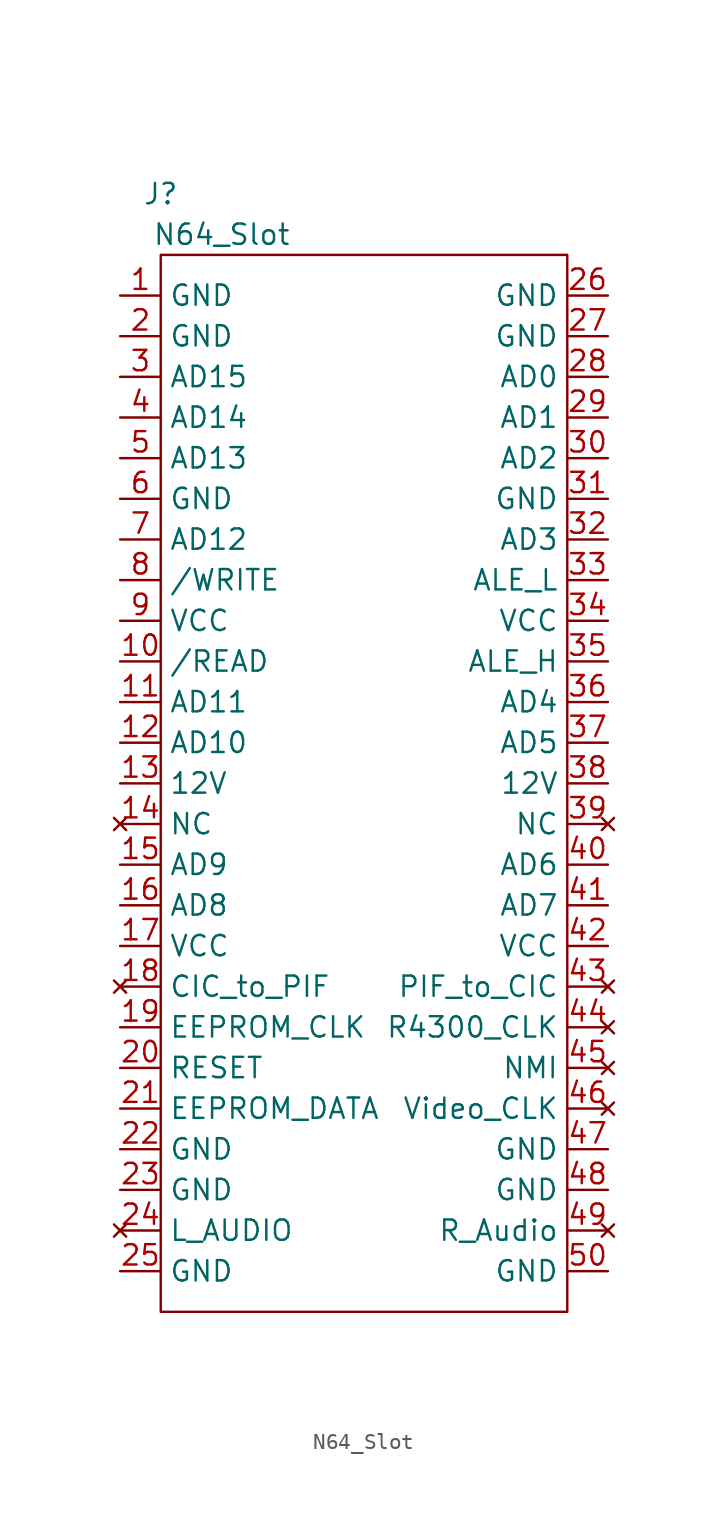
<source format=kicad_sym>
(kicad_symbol_lib
  (version 20211014)
  (generator kicad_symbol_editor)
  (symbol "!OSCR:N64_Slot"
    (property "Reference" "J"
      (at -10.16 35.56 0)
      (effects (font (size 1.27 1.27))))
    (property "Value" "N64_Slot"
      (at -6.35 33.02 0)
      (effects (font (size 1.27 1.27))))
    (symbol "N64_Slot_0_1"
      (rectangle (start -10.16 31.75) (end 15.24 -34.29) (stroke (width 0.152) (type default) (color 0 0 0 0)) (fill (type none))))
    (symbol "N64_Slot_1_1"
      (pin power_in line (at -12.7 29.21 0) (length 2.54) (name "GND" (effects (font (size 1.27 1.27)))) (number "1" (effects (font (size 1.27 1.27)))))
      (pin input line (at -12.7 6.35 0) (length 2.54) (name "/READ" (effects (font (size 1.27 1.27)))) (number "10" (effects (font (size 1.27 1.27)))))
      (pin bidirectional line (at -12.7 3.81 0) (length 2.54) (name "AD11" (effects (font (size 1.27 1.27)))) (number "11" (effects (font (size 1.27 1.27)))))
      (pin bidirectional line (at -12.7 1.27 0) (length 2.54) (name "AD10" (effects (font (size 1.27 1.27)))) (number "12" (effects (font (size 1.27 1.27)))))
      (pin power_in line (at -12.7 -1.27 0) (length 2.54) (name "12V" (effects (font (size 1.27 1.27)))) (number "13" (effects (font (size 1.27 1.27)))))
      (pin no_connect line (at -12.7 -3.81 0) (length 2.54) (name "NC" (effects (font (size 1.27 1.27)))) (number "14" (effects (font (size 1.27 1.27)))))
      (pin bidirectional line (at -12.7 -6.35 0) (length 2.54) (name "AD9" (effects (font (size 1.27 1.27)))) (number "15" (effects (font (size 1.27 1.27)))))
      (pin bidirectional line (at -12.7 -8.89 0) (length 2.54) (name "AD8" (effects (font (size 1.27 1.27)))) (number "16" (effects (font (size 1.27 1.27)))))
      (pin power_in line (at -12.7 -11.43 0) (length 2.54) (name "VCC" (effects (font (size 1.27 1.27)))) (number "17" (effects (font (size 1.27 1.27)))))
      (pin no_connect line (at -12.7 -13.97 0) (length 2.54) (name "CIC_to_PIF" (effects (font (size 1.27 1.27)))) (number "18" (effects (font (size 1.27 1.27)))))
      (pin input line (at -12.7 -16.51 0) (length 2.54) (name "EEPROM_CLK" (effects (font (size 1.27 1.27)))) (number "19" (effects (font (size 1.27 1.27)))))
      (pin power_in line (at -12.7 26.67 0) (length 2.54) (name "GND" (effects (font (size 1.27 1.27)))) (number "2" (effects (font (size 1.27 1.27)))))
      (pin input line (at -12.7 -19.05 0) (length 2.54) (name "RESET" (effects (font (size 1.27 1.27)))) (number "20" (effects (font (size 1.27 1.27)))))
      (pin bidirectional line (at -12.7 -21.59 0) (length 2.54) (name "EEPROM_DATA" (effects (font (size 1.27 1.27)))) (number "21" (effects (font (size 1.27 1.27)))))
      (pin power_in line (at -12.7 -24.13 0) (length 2.54) (name "GND" (effects (font (size 1.27 1.27)))) (number "22" (effects (font (size 1.27 1.27)))))
      (pin power_in line (at -12.7 -26.67 0) (length 2.54) (name "GND" (effects (font (size 1.27 1.27)))) (number "23" (effects (font (size 1.27 1.27)))))
      (pin no_connect line (at -12.7 -29.21 0) (length 2.54) (name "L_AUDIO" (effects (font (size 1.27 1.27)))) (number "24" (effects (font (size 1.27 1.27)))))
      (pin power_in line (at -12.7 -31.75 0) (length 2.54) (name "GND" (effects (font (size 1.27 1.27)))) (number "25" (effects (font (size 1.27 1.27)))))
      (pin power_in line (at 17.78 29.21 180) (length 2.54) (name "GND" (effects (font (size 1.27 1.27)))) (number "26" (effects (font (size 1.27 1.27)))))
      (pin power_in line (at 17.78 26.67 180) (length 2.54) (name "GND" (effects (font (size 1.27 1.27)))) (number "27" (effects (font (size 1.27 1.27)))))
      (pin bidirectional line (at 17.78 24.13 180) (length 2.54) (name "AD0" (effects (font (size 1.27 1.27)))) (number "28" (effects (font (size 1.27 1.27)))))
      (pin bidirectional line (at 17.78 21.59 180) (length 2.54) (name "AD1" (effects (font (size 1.27 1.27)))) (number "29" (effects (font (size 1.27 1.27)))))
      (pin bidirectional line (at -12.7 24.13 0) (length 2.54) (name "AD15" (effects (font (size 1.27 1.27)))) (number "3" (effects (font (size 1.27 1.27)))))
      (pin bidirectional line (at 17.78 19.05 180) (length 2.54) (name "AD2" (effects (font (size 1.27 1.27)))) (number "30" (effects (font (size 1.27 1.27)))))
      (pin power_in line (at 17.78 16.51 180) (length 2.54) (name "GND" (effects (font (size 1.27 1.27)))) (number "31" (effects (font (size 1.27 1.27)))))
      (pin bidirectional line (at 17.78 13.97 180) (length 2.54) (name "AD3" (effects (font (size 1.27 1.27)))) (number "32" (effects (font (size 1.27 1.27)))))
      (pin input line (at 17.78 11.43 180) (length 2.54) (name "ALE_L" (effects (font (size 1.27 1.27)))) (number "33" (effects (font (size 1.27 1.27)))))
      (pin power_in line (at 17.78 8.89 180) (length 2.54) (name "VCC" (effects (font (size 1.27 1.27)))) (number "34" (effects (font (size 1.27 1.27)))))
      (pin input line (at 17.78 6.35 180) (length 2.54) (name "ALE_H" (effects (font (size 1.27 1.27)))) (number "35" (effects (font (size 1.27 1.27)))))
      (pin bidirectional line (at 17.78 3.81 180) (length 2.54) (name "AD4" (effects (font (size 1.27 1.27)))) (number "36" (effects (font (size 1.27 1.27)))))
      (pin bidirectional line (at 17.78 1.27 180) (length 2.54) (name "AD5" (effects (font (size 1.27 1.27)))) (number "37" (effects (font (size 1.27 1.27)))))
      (pin power_in line (at 17.78 -1.27 180) (length 2.54) (name "12V" (effects (font (size 1.27 1.27)))) (number "38" (effects (font (size 1.27 1.27)))))
      (pin no_connect line (at 17.78 -3.81 180) (length 2.54) (name "NC" (effects (font (size 1.27 1.27)))) (number "39" (effects (font (size 1.27 1.27)))))
      (pin bidirectional line (at -12.7 21.59 0) (length 2.54) (name "AD14" (effects (font (size 1.27 1.27)))) (number "4" (effects (font (size 1.27 1.27)))))
      (pin bidirectional line (at 17.78 -6.35 180) (length 2.54) (name "AD6" (effects (font (size 1.27 1.27)))) (number "40" (effects (font (size 1.27 1.27)))))
      (pin bidirectional line (at 17.78 -8.89 180) (length 2.54) (name "AD7" (effects (font (size 1.27 1.27)))) (number "41" (effects (font (size 1.27 1.27)))))
      (pin power_in line (at 17.78 -11.43 180) (length 2.54) (name "VCC" (effects (font (size 1.27 1.27)))) (number "42" (effects (font (size 1.27 1.27)))))
      (pin no_connect line (at 17.78 -13.97 180) (length 2.54) (name "PIF_to_CIC" (effects (font (size 1.27 1.27)))) (number "43" (effects (font (size 1.27 1.27)))))
      (pin no_connect line (at 17.78 -16.51 180) (length 2.54) (name "R4300_CLK" (effects (font (size 1.27 1.27)))) (number "44" (effects (font (size 1.27 1.27)))))
      (pin no_connect line (at 17.78 -19.05 180) (length 2.54) (name "NMI" (effects (font (size 1.27 1.27)))) (number "45" (effects (font (size 1.27 1.27)))))
      (pin no_connect line (at 17.78 -21.59 180) (length 2.54) (name "Video_CLK" (effects (font (size 1.27 1.27)))) (number "46" (effects (font (size 1.27 1.27)))))
      (pin power_in line (at 17.78 -24.13 180) (length 2.54) (name "GND" (effects (font (size 1.27 1.27)))) (number "47" (effects (font (size 1.27 1.27)))))
      (pin power_in line (at 17.78 -26.67 180) (length 2.54) (name "GND" (effects (font (size 1.27 1.27)))) (number "48" (effects (font (size 1.27 1.27)))))
      (pin no_connect line (at 17.78 -29.21 180) (length 2.54) (name "R_Audio" (effects (font (size 1.27 1.27)))) (number "49" (effects (font (size 1.27 1.27)))))
      (pin bidirectional line (at -12.7 19.05 0) (length 2.54) (name "AD13" (effects (font (size 1.27 1.27)))) (number "5" (effects (font (size 1.27 1.27)))))
      (pin power_in line (at 17.78 -31.75 180) (length 2.54) (name "GND" (effects (font (size 1.27 1.27)))) (number "50" (effects (font (size 1.27 1.27)))))
      (pin power_in line (at -12.7 16.51 0) (length 2.54) (name "GND" (effects (font (size 1.27 1.27)))) (number "6" (effects (font (size 1.27 1.27)))))
      (pin bidirectional line (at -12.7 13.97 0) (length 2.54) (name "AD12" (effects (font (size 1.27 1.27)))) (number "7" (effects (font (size 1.27 1.27)))))
      (pin input line (at -12.7 11.43 0) (length 2.54) (name "/WRITE" (effects (font (size 1.27 1.27)))) (number "8" (effects (font (size 1.27 1.27)))))
      (pin power_in line (at -12.7 8.89 0) (length 2.54) (name "VCC" (effects (font (size 1.27 1.27)))) (number "9" (effects (font (size 1.27 1.27))))))))
</source>
